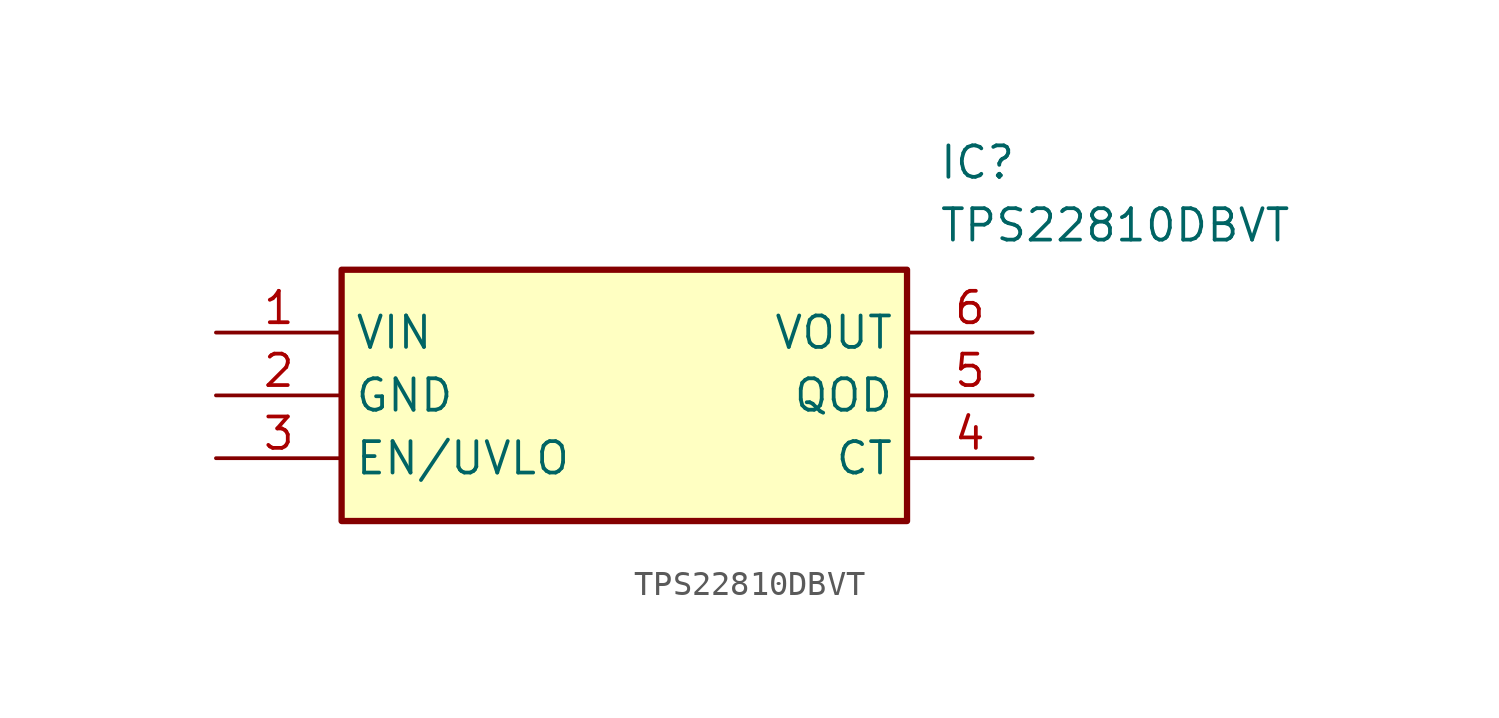
<source format=kicad_sym>
(kicad_symbol_lib
  (version 20211014)
  (generator SamacSys_ECAD_Model)
  (symbol "TPS22810DBVT"
    (property "Reference" "IC"
      (at 29.21 7.62 0)
      (effects (font (size 1.27 1.27)) (justify left top)))
    (property "Value" "TPS22810DBVT"
      (at 29.21 5.08 0)
      (effects (font (size 1.27 1.27)) (justify left top)))
    (rectangle
      (start 5.08 2.54)
      (end 27.94 -7.62)
      (stroke (width 0.254) (type default))
      (fill (type background)))
    (pin passive line
      (at 0 0 0)
      (length 5.08)
      (name "VIN" (effects (font (size 1.27 1.27))))
      (number "1" (effects (font (size 1.27 1.27)))))
    (pin passive line
      (at 0 -2.54 0)
      (length 5.08)
      (name "GND" (effects (font (size 1.27 1.27))))
      (number "2" (effects (font (size 1.27 1.27)))))
    (pin passive line
      (at 0 -5.08 0)
      (length 5.08)
      (name "EN/UVLO" (effects (font (size 1.27 1.27))))
      (number "3" (effects (font (size 1.27 1.27)))))
    (pin passive line
      (at 33.02 0 180)
      (length 5.08)
      (name "VOUT" (effects (font (size 1.27 1.27))))
      (number "6" (effects (font (size 1.27 1.27)))))
    (pin passive line
      (at 33.02 -2.54 180)
      (length 5.08)
      (name "QOD" (effects (font (size 1.27 1.27))))
      (number "5" (effects (font (size 1.27 1.27)))))
    (pin passive line
      (at 33.02 -5.08 180)
      (length 5.08)
      (name "CT" (effects (font (size 1.27 1.27))))
      (number "4" (effects (font (size 1.27 1.27)))))))
</source>
